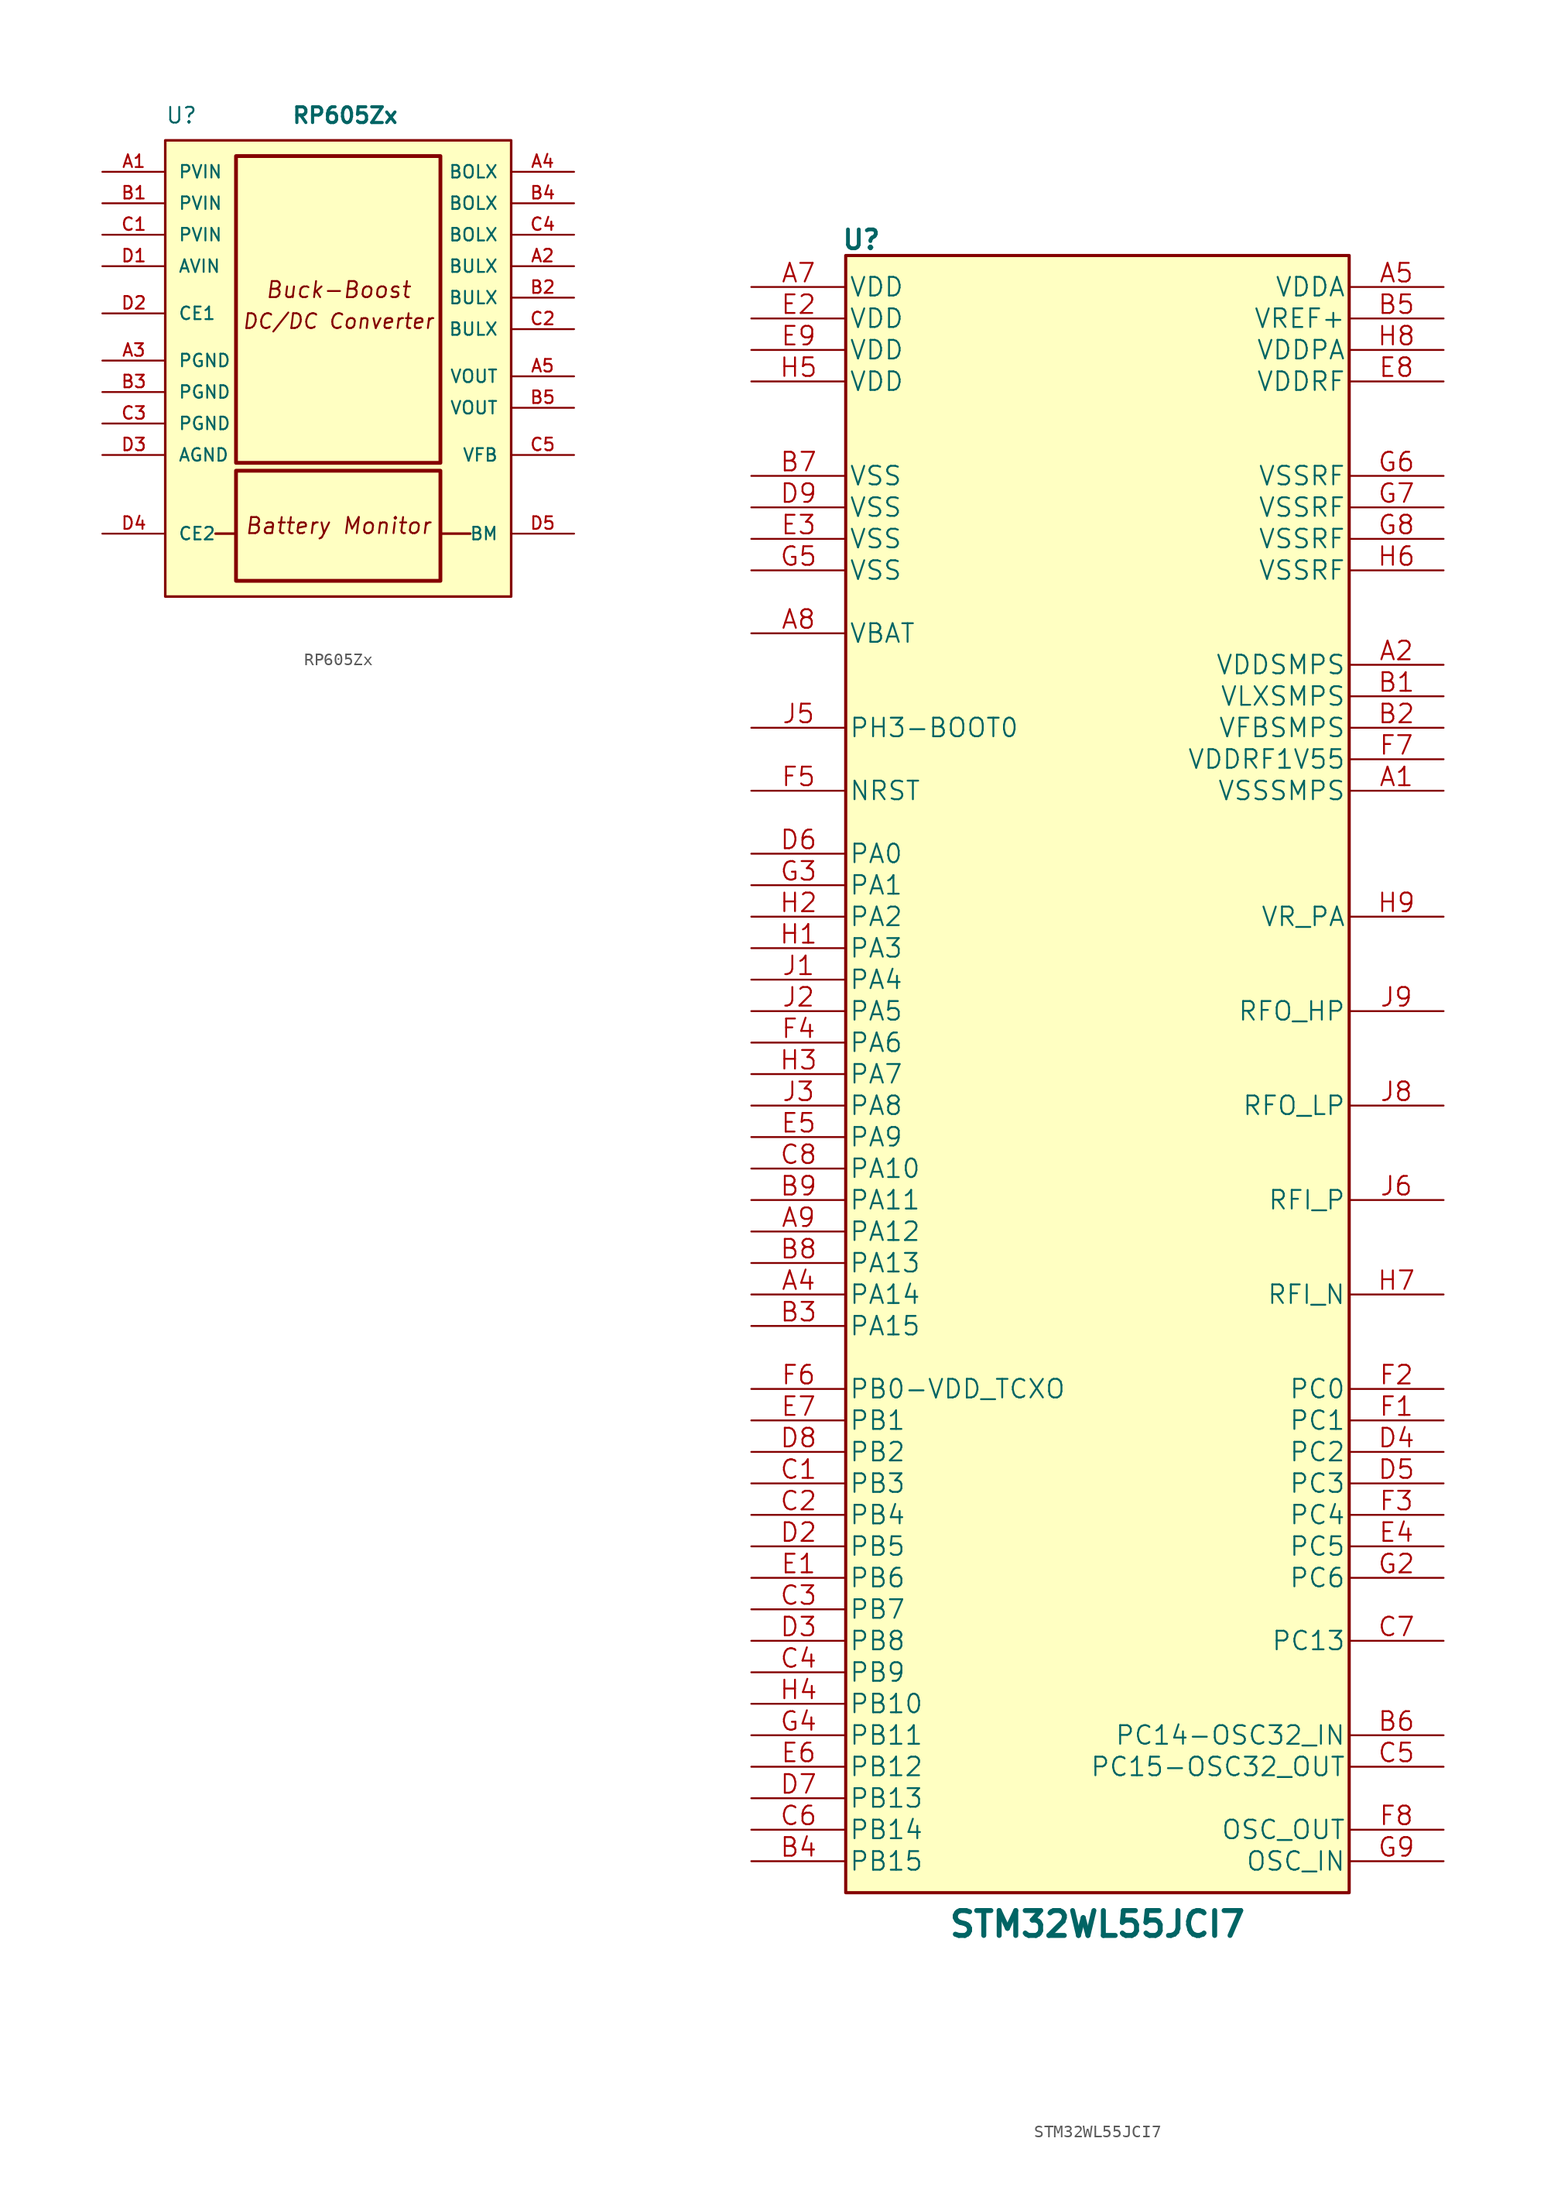
<source format=kicad_sym>
(kicad_symbol_lib
  (version 20211014)
  (generator kicad_symbol_editor)
  (symbol "RP605Zx"
    (pin_names
      (offset 1.016))
    (property "Reference" "U"
      (at 0 3.81 0)
      (effects (font (size 1.27 1.27)) (justify left bottom)))
    (property "Value" "RP605Zx"
      (at 10.16 3.81 0)
      (effects (font (size 1.27 1.27) bold) (justify left bottom)))
    (symbol "RP605Zx_0_0"
      (polyline (pts (xy 4.064 -29.21) (xy 5.588 -29.21)) (stroke (width 0.203) (type default) (color 0 0 0 0)) (fill (type none)))
      (polyline (pts (xy 24.638 -29.21) (xy 22.352 -29.21)) (stroke (width 0.203) (type default) (color 0 0 0 0)) (fill (type none)))
      (text "Battery Monitor" (at 13.97 -28.575 0) (effects (font (size 1.295 1.295) italic)))
      (text "Buck-Boost" (at 13.97 -9.525 0) (effects (font (size 1.295 1.295) italic)))
      (text "DC/DC Converter" (at 13.97 -12.065 0) (effects (font (size 1.194 1.194) italic)))
      (pin power_in line (at -5.08 0 0) (length 5.08) (name "PVIN" (effects (font (size 1.016 1.016)))) (number "A1" (effects (font (size 1.016 1.016)))))
      (pin bidirectional line (at 33.02 -7.62 180) (length 5.08) (name "BULX" (effects (font (size 1.016 1.016)))) (number "A2" (effects (font (size 1.016 1.016)))))
      (pin passive line (at -5.08 -15.24 0) (length 5.08) (name "PGND" (effects (font (size 1.016 1.016)))) (number "A3" (effects (font (size 1.016 1.016)))))
      (pin bidirectional line (at 33.02 0 180) (length 5.08) (name "BOLX" (effects (font (size 1.016 1.016)))) (number "A4" (effects (font (size 1.016 1.016)))))
      (pin power_out line (at 33.02 -16.51 180) (length 5.08) (name "VOUT" (effects (font (size 1.016 1.016)))) (number "A5" (effects (font (size 1.016 1.016)))))
      (pin power_in line (at -5.08 -2.54 0) (length 5.08) (name "PVIN" (effects (font (size 1.016 1.016)))) (number "B1" (effects (font (size 1.016 1.016)))))
      (pin bidirectional line (at 33.02 -10.16 180) (length 5.08) (name "BULX" (effects (font (size 1.016 1.016)))) (number "B2" (effects (font (size 1.016 1.016)))))
      (pin passive line (at -5.08 -17.78 0) (length 5.08) (name "PGND" (effects (font (size 1.016 1.016)))) (number "B3" (effects (font (size 1.016 1.016)))))
      (pin bidirectional line (at 33.02 -2.54 180) (length 5.08) (name "BOLX" (effects (font (size 1.016 1.016)))) (number "B4" (effects (font (size 1.016 1.016)))))
      (pin passive line (at 33.02 -19.05 180) (length 5.08) (name "VOUT" (effects (font (size 1.016 1.016)))) (number "B5" (effects (font (size 1.016 1.016)))))
      (pin power_in line (at -5.08 -5.08 0) (length 5.08) (name "PVIN" (effects (font (size 1.016 1.016)))) (number "C1" (effects (font (size 1.016 1.016)))))
      (pin bidirectional line (at 33.02 -12.7 180) (length 5.08) (name "BULX" (effects (font (size 1.016 1.016)))) (number "C2" (effects (font (size 1.016 1.016)))))
      (pin passive line (at -5.08 -20.32 0) (length 5.08) (name "PGND" (effects (font (size 1.016 1.016)))) (number "C3" (effects (font (size 1.016 1.016)))))
      (pin bidirectional line (at 33.02 -5.08 180) (length 5.08) (name "BOLX" (effects (font (size 1.016 1.016)))) (number "C4" (effects (font (size 1.016 1.016)))))
      (pin input line (at 33.02 -22.86 180) (length 5.08) (name "VFB" (effects (font (size 1.016 1.016)))) (number "C5" (effects (font (size 1.016 1.016)))))
      (pin power_in line (at -5.08 -7.62 0) (length 5.08) (name "AVIN" (effects (font (size 1.016 1.016)))) (number "D1" (effects (font (size 1.016 1.016)))))
      (pin input line (at -5.08 -11.43 0) (length 5.08) (name "CE1" (effects (font (size 1.016 1.016)))) (number "D2" (effects (font (size 1.016 1.016)))))
      (pin passive line (at -5.08 -22.86 0) (length 5.08) (name "AGND" (effects (font (size 1.016 1.016)))) (number "D3" (effects (font (size 1.016 1.016)))))
      (pin input line (at -5.08 -29.21 0) (length 5.08) (name "CE2" (effects (font (size 1.016 1.016)))) (number "D4" (effects (font (size 1.016 1.016)))))
      (pin output line (at 33.02 -29.21 180) (length 5.08) (name "BM" (effects (font (size 1.016 1.016)))) (number "D5" (effects (font (size 1.016 1.016))))))
    (symbol "RP605Zx_0_1"
      (rectangle (start 0 2.54) (end 27.94 -34.29) (stroke (width 0.203) (type default) (color 0 0 0 0)) (fill (type background)))
      (rectangle (start 5.715 -24.13) (end 22.225 -33.02) (stroke (width 0.305) (type default) (color 0 0 0 0)) (fill (type none)))
      (rectangle (start 5.715 1.27) (end 22.225 -23.495) (stroke (width 0.305) (type default) (color 0 0 0 0)) (fill (type none)))))
  (symbol "STM32WL55JCI7"
    (pin_names
      (offset 0.254))
    (property "Reference" "U"
      (at 1.27 1.27 0)
      (effects (font (size 1.524 1.524) bold)))
    (property "Value" "STM32WL55JCI7"
      (at 20.32 -134.62 0)
      (effects (font (size 2.007 2.007) bold)))
    (symbol "STM32WL55JCI7_1_0"
      (rectangle (start 0 0) (end 40.64 -132.08) (stroke (width 0.254) (type default) (color 0 0 0 0)) (fill (type background)))
      (pin bidirectional line (at -7.62 -83.82 0) (length 7.62) (name "PA14" (effects (font (size 1.499 1.499)))) (number "A4" (effects (font (size 1.499 1.499)))))
      (pin bidirectional line (at -7.62 -78.74 0) (length 7.62) (name "PA12" (effects (font (size 1.499 1.499)))) (number "A9" (effects (font (size 1.499 1.499)))))
      (pin bidirectional line (at -7.62 -86.36 0) (length 7.62) (name "PA15" (effects (font (size 1.499 1.499)))) (number "B3" (effects (font (size 1.499 1.499)))))
      (pin bidirectional line (at -7.62 -129.54 0) (length 7.62) (name "PB15" (effects (font (size 1.499 1.499)))) (number "B4" (effects (font (size 1.499 1.499)))))
      (pin bidirectional line (at 48.26 -119.38 180) (length 7.62) (name "PC14-OSC32_IN" (effects (font (size 1.499 1.499)))) (number "B6" (effects (font (size 1.499 1.499)))))
      (pin bidirectional line (at -7.62 -81.28 0) (length 7.62) (name "PA13" (effects (font (size 1.499 1.499)))) (number "B8" (effects (font (size 1.499 1.499)))))
      (pin bidirectional line (at -7.62 -76.2 0) (length 7.62) (name "PA11" (effects (font (size 1.499 1.499)))) (number "B9" (effects (font (size 1.499 1.499)))))
      (pin bidirectional line (at -7.62 -99.06 0) (length 7.62) (name "PB3" (effects (font (size 1.499 1.499)))) (number "C1" (effects (font (size 1.499 1.499)))))
      (pin bidirectional line (at -7.62 -101.6 0) (length 7.62) (name "PB4" (effects (font (size 1.499 1.499)))) (number "C2" (effects (font (size 1.499 1.499)))))
      (pin bidirectional line (at -7.62 -109.22 0) (length 7.62) (name "PB7" (effects (font (size 1.499 1.499)))) (number "C3" (effects (font (size 1.499 1.499)))))
      (pin bidirectional line (at -7.62 -114.3 0) (length 7.62) (name "PB9" (effects (font (size 1.499 1.499)))) (number "C4" (effects (font (size 1.499 1.499)))))
      (pin bidirectional line (at 48.26 -121.92 180) (length 7.62) (name "PC15-OSC32_OUT" (effects (font (size 1.499 1.499)))) (number "C5" (effects (font (size 1.499 1.499)))))
      (pin bidirectional line (at -7.62 -127 0) (length 7.62) (name "PB14" (effects (font (size 1.499 1.499)))) (number "C6" (effects (font (size 1.499 1.499)))))
      (pin bidirectional line (at 48.26 -111.76 180) (length 7.62) (name "PC13" (effects (font (size 1.499 1.499)))) (number "C7" (effects (font (size 1.499 1.499)))))
      (pin bidirectional line (at -7.62 -73.66 0) (length 7.62) (name "PA10" (effects (font (size 1.499 1.499)))) (number "C8" (effects (font (size 1.499 1.499)))))
      (pin bidirectional line (at -7.62 -104.14 0) (length 7.62) (name "PB5" (effects (font (size 1.499 1.499)))) (number "D2" (effects (font (size 1.499 1.499)))))
      (pin bidirectional line (at -7.62 -111.76 0) (length 7.62) (name "PB8" (effects (font (size 1.499 1.499)))) (number "D3" (effects (font (size 1.499 1.499)))))
      (pin bidirectional line (at 48.26 -96.52 180) (length 7.62) (name "PC2" (effects (font (size 1.499 1.499)))) (number "D4" (effects (font (size 1.499 1.499)))))
      (pin bidirectional line (at 48.26 -99.06 180) (length 7.62) (name "PC3" (effects (font (size 1.499 1.499)))) (number "D5" (effects (font (size 1.499 1.499)))))
      (pin bidirectional line (at -7.62 -48.26 0) (length 7.62) (name "PA0" (effects (font (size 1.499 1.499)))) (number "D6" (effects (font (size 1.499 1.499)))))
      (pin bidirectional line (at -7.62 -124.46 0) (length 7.62) (name "PB13" (effects (font (size 1.499 1.499)))) (number "D7" (effects (font (size 1.499 1.499)))))
      (pin bidirectional line (at -7.62 -96.52 0) (length 7.62) (name "PB2" (effects (font (size 1.499 1.499)))) (number "D8" (effects (font (size 1.499 1.499)))))
      (pin bidirectional line (at -7.62 -106.68 0) (length 7.62) (name "PB6" (effects (font (size 1.499 1.499)))) (number "E1" (effects (font (size 1.499 1.499)))))
      (pin bidirectional line (at 48.26 -104.14 180) (length 7.62) (name "PC5" (effects (font (size 1.499 1.499)))) (number "E4" (effects (font (size 1.499 1.499)))))
      (pin bidirectional line (at -7.62 -71.12 0) (length 7.62) (name "PA9" (effects (font (size 1.499 1.499)))) (number "E5" (effects (font (size 1.499 1.499)))))
      (pin bidirectional line (at -7.62 -121.92 0) (length 7.62) (name "PB12" (effects (font (size 1.499 1.499)))) (number "E6" (effects (font (size 1.499 1.499)))))
      (pin bidirectional line (at -7.62 -93.98 0) (length 7.62) (name "PB1" (effects (font (size 1.499 1.499)))) (number "E7" (effects (font (size 1.499 1.499)))))
      (pin bidirectional line (at 48.26 -93.98 180) (length 7.62) (name "PC1" (effects (font (size 1.499 1.499)))) (number "F1" (effects (font (size 1.499 1.499)))))
      (pin bidirectional line (at 48.26 -91.44 180) (length 7.62) (name "PC0" (effects (font (size 1.499 1.499)))) (number "F2" (effects (font (size 1.499 1.499)))))
      (pin bidirectional line (at 48.26 -101.6 180) (length 7.62) (name "PC4" (effects (font (size 1.499 1.499)))) (number "F3" (effects (font (size 1.499 1.499)))))
      (pin bidirectional line (at -7.62 -63.5 0) (length 7.62) (name "PA6" (effects (font (size 1.499 1.499)))) (number "F4" (effects (font (size 1.499 1.499)))))
      (pin bidirectional line (at -7.62 -43.18 0) (length 7.62) (name "NRST" (effects (font (size 1.499 1.499)))) (number "F5" (effects (font (size 1.499 1.499)))))
      (pin bidirectional line (at -7.62 -91.44 0) (length 7.62) (name "PB0-VDD_TCXO" (effects (font (size 1.499 1.499)))) (number "F6" (effects (font (size 1.499 1.499)))))
      (pin output line (at 48.26 -127 180) (length 7.62) (name "OSC_OUT" (effects (font (size 1.499 1.499)))) (number "F8" (effects (font (size 1.499 1.499)))))
      (pin bidirectional line (at 48.26 -106.68 180) (length 7.62) (name "PC6" (effects (font (size 1.499 1.499)))) (number "G2" (effects (font (size 1.499 1.499)))))
      (pin bidirectional line (at -7.62 -50.8 0) (length 7.62) (name "PA1" (effects (font (size 1.499 1.499)))) (number "G3" (effects (font (size 1.499 1.499)))))
      (pin bidirectional line (at -7.62 -119.38 0) (length 7.62) (name "PB11" (effects (font (size 1.499 1.499)))) (number "G4" (effects (font (size 1.499 1.499)))))
      (pin input line (at 48.26 -129.54 180) (length 7.62) (name "OSC_IN" (effects (font (size 1.499 1.499)))) (number "G9" (effects (font (size 1.499 1.499)))))
      (pin bidirectional line (at -7.62 -55.88 0) (length 7.62) (name "PA3" (effects (font (size 1.499 1.499)))) (number "H1" (effects (font (size 1.499 1.499)))))
      (pin bidirectional line (at -7.62 -53.34 0) (length 7.62) (name "PA2" (effects (font (size 1.499 1.499)))) (number "H2" (effects (font (size 1.499 1.499)))))
      (pin bidirectional line (at -7.62 -66.04 0) (length 7.62) (name "PA7" (effects (font (size 1.499 1.499)))) (number "H3" (effects (font (size 1.499 1.499)))))
      (pin bidirectional line (at -7.62 -116.84 0) (length 7.62) (name "PB10" (effects (font (size 1.499 1.499)))) (number "H4" (effects (font (size 1.499 1.499)))))
      (pin input line (at 48.26 -83.82 180) (length 7.62) (name "RFI_N" (effects (font (size 1.499 1.499)))) (number "H7" (effects (font (size 1.499 1.499)))))
      (pin bidirectional line (at -7.62 -58.42 0) (length 7.62) (name "PA4" (effects (font (size 1.499 1.499)))) (number "J1" (effects (font (size 1.499 1.499)))))
      (pin bidirectional line (at -7.62 -60.96 0) (length 7.62) (name "PA5" (effects (font (size 1.499 1.499)))) (number "J2" (effects (font (size 1.499 1.499)))))
      (pin bidirectional line (at -7.62 -68.58 0) (length 7.62) (name "PA8" (effects (font (size 1.499 1.499)))) (number "J3" (effects (font (size 1.499 1.499)))))
      (pin bidirectional line (at -7.62 -38.1 0) (length 7.62) (name "PH3-BOOT0" (effects (font (size 1.499 1.499)))) (number "J5" (effects (font (size 1.499 1.499)))))
      (pin input line (at 48.26 -76.2 180) (length 7.62) (name "RFI_P" (effects (font (size 1.499 1.499)))) (number "J6" (effects (font (size 1.499 1.499)))))
      (pin output line (at 48.26 -68.58 180) (length 7.62) (name "RFO_LP" (effects (font (size 1.499 1.499)))) (number "J8" (effects (font (size 1.499 1.499)))))
      (pin output line (at 48.26 -60.96 180) (length 7.62) (name "RFO_HP" (effects (font (size 1.499 1.499)))) (number "J9" (effects (font (size 1.499 1.499))))))
    (symbol "STM32WL55JCI7_1_1"
      (pin power_in line (at 48.26 -43.18 180) (length 7.62) (name "VSSSMPS" (effects (font (size 1.499 1.499)))) (number "A1" (effects (font (size 1.499 1.499)))))
      (pin bidirectional line (at 48.26 -33.02 180) (length 7.62) (name "VDDSMPS" (effects (font (size 1.499 1.499)))) (number "A2" (effects (font (size 1.499 1.499)))))
      (pin power_in line (at 48.26 -2.54 180) (length 7.62) (name "VDDA" (effects (font (size 1.499 1.499)))) (number "A5" (effects (font (size 1.499 1.499)))))
      (pin power_in line (at -7.62 -2.54 0) (length 7.62) (name "VDD" (effects (font (size 1.499 1.499)))) (number "A7" (effects (font (size 1.499 1.499)))))
      (pin power_in line (at -7.62 -30.48 0) (length 7.62) (name "VBAT" (effects (font (size 1.499 1.499)))) (number "A8" (effects (font (size 1.499 1.499)))))
      (pin power_in line (at 48.26 -35.56 180) (length 7.62) (name "VLXSMPS" (effects (font (size 1.499 1.499)))) (number "B1" (effects (font (size 1.499 1.499)))))
      (pin power_in line (at 48.26 -38.1 180) (length 7.62) (name "VFBSMPS" (effects (font (size 1.499 1.499)))) (number "B2" (effects (font (size 1.499 1.499)))))
      (pin power_in line (at 48.26 -5.08 180) (length 7.62) (name "VREF+" (effects (font (size 1.499 1.499)))) (number "B5" (effects (font (size 1.499 1.499)))))
      (pin power_in line (at -7.62 -17.78 0) (length 7.62) (name "VSS" (effects (font (size 1.499 1.499)))) (number "B7" (effects (font (size 1.499 1.499)))))
      (pin power_in line (at -7.62 -20.32 0) (length 7.62) (name "VSS" (effects (font (size 1.499 1.499)))) (number "D9" (effects (font (size 1.499 1.499)))))
      (pin power_in line (at -7.62 -5.08 0) (length 7.62) (name "VDD" (effects (font (size 1.499 1.499)))) (number "E2" (effects (font (size 1.499 1.499)))))
      (pin power_in line (at -7.62 -22.86 0) (length 7.62) (name "VSS" (effects (font (size 1.499 1.499)))) (number "E3" (effects (font (size 1.499 1.499)))))
      (pin power_in line (at 48.26 -10.16 180) (length 7.62) (name "VDDRF" (effects (font (size 1.499 1.499)))) (number "E8" (effects (font (size 1.499 1.499)))))
      (pin power_in line (at -7.62 -7.62 0) (length 7.62) (name "VDD" (effects (font (size 1.499 1.499)))) (number "E9" (effects (font (size 1.499 1.499)))))
      (pin power_in line (at 48.26 -40.64 180) (length 7.62) (name "VDDRF1V55" (effects (font (size 1.499 1.499)))) (number "F7" (effects (font (size 1.499 1.499)))))
      (pin power_in line (at -7.62 -25.4 0) (length 7.62) (name "VSS" (effects (font (size 1.499 1.499)))) (number "G5" (effects (font (size 1.499 1.499)))))
      (pin power_in line (at 48.26 -17.78 180) (length 7.62) (name "VSSRF" (effects (font (size 1.499 1.499)))) (number "G6" (effects (font (size 1.499 1.499)))))
      (pin power_in line (at 48.26 -20.32 180) (length 7.62) (name "VSSRF" (effects (font (size 1.499 1.499)))) (number "G7" (effects (font (size 1.499 1.499)))))
      (pin power_in line (at 48.26 -22.86 180) (length 7.62) (name "VSSRF" (effects (font (size 1.499 1.499)))) (number "G8" (effects (font (size 1.499 1.499)))))
      (pin power_in line (at -7.62 -10.16 0) (length 7.62) (name "VDD" (effects (font (size 1.499 1.499)))) (number "H5" (effects (font (size 1.499 1.499)))))
      (pin power_in line (at 48.26 -25.4 180) (length 7.62) (name "VSSRF" (effects (font (size 1.499 1.499)))) (number "H6" (effects (font (size 1.499 1.499)))))
      (pin power_in line (at 48.26 -7.62 180) (length 7.62) (name "VDDPA" (effects (font (size 1.499 1.499)))) (number "H8" (effects (font (size 1.499 1.499)))))
      (pin power_in line (at 48.26 -53.34 180) (length 7.62) (name "VR_PA" (effects (font (size 1.499 1.499)))) (number "H9" (effects (font (size 1.499 1.499))))))))
</source>
